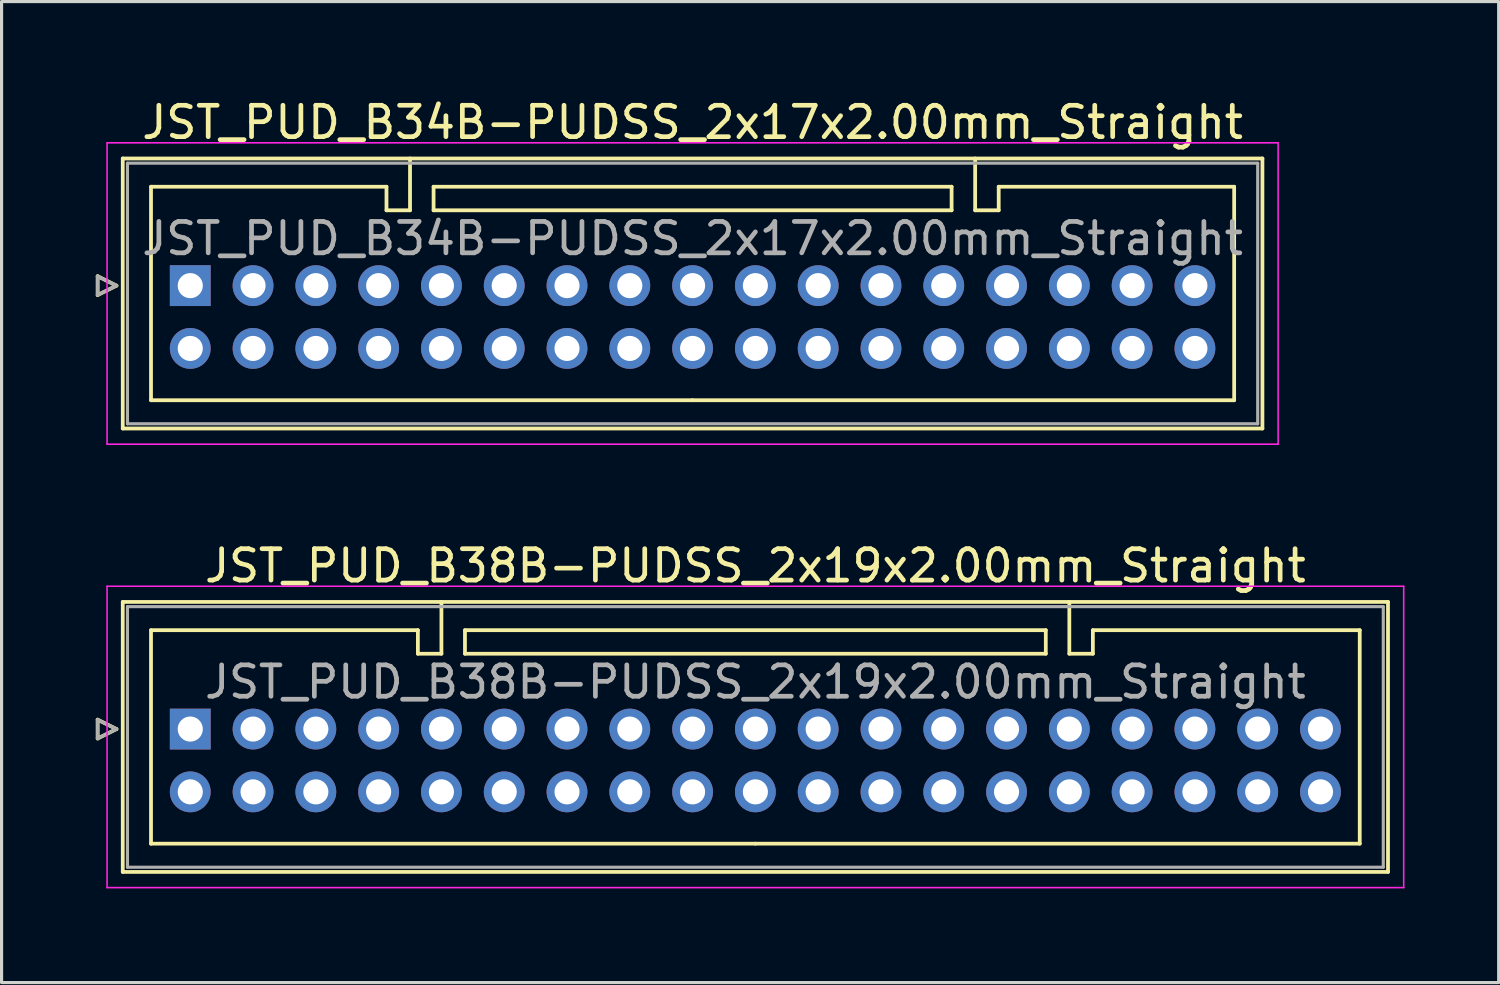
<source format=kicad_pcb>
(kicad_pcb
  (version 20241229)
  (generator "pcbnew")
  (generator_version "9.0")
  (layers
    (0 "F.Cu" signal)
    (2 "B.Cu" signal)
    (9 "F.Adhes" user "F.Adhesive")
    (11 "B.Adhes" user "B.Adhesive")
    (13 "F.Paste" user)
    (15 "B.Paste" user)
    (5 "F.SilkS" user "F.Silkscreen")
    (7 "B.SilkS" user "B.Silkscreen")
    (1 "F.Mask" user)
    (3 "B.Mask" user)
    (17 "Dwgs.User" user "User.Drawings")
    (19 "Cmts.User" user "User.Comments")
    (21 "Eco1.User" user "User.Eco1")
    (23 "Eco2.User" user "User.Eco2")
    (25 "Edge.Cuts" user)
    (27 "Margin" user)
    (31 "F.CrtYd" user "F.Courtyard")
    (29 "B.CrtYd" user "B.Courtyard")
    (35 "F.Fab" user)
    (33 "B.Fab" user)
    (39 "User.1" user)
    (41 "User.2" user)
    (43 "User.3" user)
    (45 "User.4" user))
  (footprint "JST_PUD_B34B-PUDSS_2x17x2.00mm_Straight"
    (layer "F.Cu")
    (at 3.01 6.048)
    (property "Reference" "JST_PUD_B34B-PUDSS_2x17x2.00mm_Straight" (at 16 -5.2 0) (layer "F.SilkS") (effects (font (size 1 1) (thickness 0.15))))
    (attr through_hole)
    (fp_line (start -2.95 -0.3) (end -2.35 0) (stroke (width 0.12) (type solid)) (layer "F.SilkS"))
    (fp_line (start -2.95 0.3) (end -2.95 -0.3) (stroke (width 0.12) (type solid)) (layer "F.SilkS"))
    (fp_line (start -2.35 0) (end -2.95 0.3) (stroke (width 0.12) (type solid)) (layer "F.SilkS"))
    (fp_line (start -2.15 -4.05) (end -2.15 4.55) (stroke (width 0.12) (type solid)) (layer "F.SilkS"))
    (fp_line (start -2.15 4.55) (end 34.15 4.55) (stroke (width 0.12) (type solid)) (layer "F.SilkS"))
    (fp_line (start -1.25 -3.15) (end -1.25 3.65) (stroke (width 0.12) (type solid)) (layer "F.SilkS"))
    (fp_line (start -1.25 3.65) (end 16 3.65) (stroke (width 0.12) (type solid)) (layer "F.SilkS"))
    (fp_line (start 6.25 -3.15) (end -1.25 -3.15) (stroke (width 0.12) (type solid)) (layer "F.SilkS"))
    (fp_line (start 6.25 -2.4) (end 6.25 -3.15) (stroke (width 0.12) (type solid)) (layer "F.SilkS"))
    (fp_line (start 7 -4.05) (end 7 -2.4) (stroke (width 0.12) (type solid)) (layer "F.SilkS"))
    (fp_line (start 7 -2.4) (end 6.25 -2.4) (stroke (width 0.12) (type solid)) (layer "F.SilkS"))
    (fp_line (start 7.75 -3.15) (end 7.75 -2.4) (stroke (width 0.12) (type solid)) (layer "F.SilkS"))
    (fp_line (start 7.75 -2.4) (end 24.25 -2.4) (stroke (width 0.12) (type solid)) (layer "F.SilkS"))
    (fp_line (start 24.25 -3.15) (end 7.75 -3.15) (stroke (width 0.12) (type solid)) (layer "F.SilkS"))
    (fp_line (start 24.25 -2.4) (end 24.25 -3.15) (stroke (width 0.12) (type solid)) (layer "F.SilkS"))
    (fp_line (start 25 -4.05) (end 25 -2.4) (stroke (width 0.12) (type solid)) (layer "F.SilkS"))
    (fp_line (start 25 -2.4) (end 25.75 -2.4) (stroke (width 0.12) (type solid)) (layer "F.SilkS"))
    (fp_line (start 25.75 -3.15) (end 33.25 -3.15) (stroke (width 0.12) (type solid)) (layer "F.SilkS"))
    (fp_line (start 25.75 -2.4) (end 25.75 -3.15) (stroke (width 0.12) (type solid)) (layer "F.SilkS"))
    (fp_line (start 33.25 -3.15) (end 33.25 3.65) (stroke (width 0.12) (type solid)) (layer "F.SilkS"))
    (fp_line (start 33.25 3.65) (end 16 3.65) (stroke (width 0.12) (type solid)) (layer "F.SilkS"))
    (fp_line (start 34.15 -4.05) (end -2.15 -4.05) (stroke (width 0.12) (type solid)) (layer "F.SilkS"))
    (fp_line (start 34.15 4.55) (end 34.15 -4.05) (stroke (width 0.12) (type solid)) (layer "F.SilkS"))
    (fp_line (start -2.65 -4.55) (end -2.65 5.05) (stroke (width 0.05) (type solid)) (layer "F.CrtYd"))
    (fp_line (start -2.65 5.05) (end 34.65 5.05) (stroke (width 0.05) (type solid)) (layer "F.CrtYd"))
    (fp_line (start 34.65 -4.55) (end -2.65 -4.55) (stroke (width 0.05) (type solid)) (layer "F.CrtYd"))
    (fp_line (start 34.65 5.05) (end 34.65 -4.55) (stroke (width 0.05) (type solid)) (layer "F.CrtYd"))
    (fp_line (start -2.95 -0.3) (end -2.35 0) (stroke (width 0.1) (type solid)) (layer "F.Fab"))
    (fp_line (start -2.95 0.3) (end -2.95 -0.3) (stroke (width 0.1) (type solid)) (layer "F.Fab"))
    (fp_line (start -2.35 0) (end -2.95 0.3) (stroke (width 0.1) (type solid)) (layer "F.Fab"))
    (fp_line (start -2 -3.9) (end -2 4.4) (stroke (width 0.1) (type solid)) (layer "F.Fab"))
    (fp_line (start -2 4.4) (end 34 4.4) (stroke (width 0.1) (type solid)) (layer "F.Fab"))
    (fp_line (start 34 -3.9) (end -2 -3.9) (stroke (width 0.1) (type solid)) (layer "F.Fab"))
    (fp_line (start 34 4.4) (end 34 -3.9) (stroke (width 0.1) (type solid)) (layer "F.Fab"))
    (fp_text user "${REFERENCE}" (at 16 -1.5 0) (layer "F.Fab") (effects (font (size 1 1) (thickness 0.15))))
    (pad "1" thru_hole rect (at 0 0) (size 1.3 1.3) (drill 0.8) (layers "*.Cu" "*.Mask"))
    (pad "2" thru_hole circle (at 0 2) (size 1.3 1.3) (drill 0.8) (layers "*.Cu" "*.Mask"))
    (pad "3" thru_hole circle (at 2 0) (size 1.3 1.3) (drill 0.8) (layers "*.Cu" "*.Mask"))
    (pad "4" thru_hole circle (at 2 2) (size 1.3 1.3) (drill 0.8) (layers "*.Cu" "*.Mask"))
    (pad "5" thru_hole circle (at 4 0) (size 1.3 1.3) (drill 0.8) (layers "*.Cu" "*.Mask"))
    (pad "6" thru_hole circle (at 4 2) (size 1.3 1.3) (drill 0.8) (layers "*.Cu" "*.Mask"))
    (pad "7" thru_hole circle (at 6 0) (size 1.3 1.3) (drill 0.8) (layers "*.Cu" "*.Mask"))
    (pad "8" thru_hole circle (at 6 2) (size 1.3 1.3) (drill 0.8) (layers "*.Cu" "*.Mask"))
    (pad "9" thru_hole circle (at 8 0) (size 1.3 1.3) (drill 0.8) (layers "*.Cu" "*.Mask"))
    (pad "10" thru_hole circle (at 8 2) (size 1.3 1.3) (drill 0.8) (layers "*.Cu" "*.Mask"))
    (pad "11" thru_hole circle (at 10 0) (size 1.3 1.3) (drill 0.8) (layers "*.Cu" "*.Mask"))
    (pad "12" thru_hole circle (at 10 2) (size 1.3 1.3) (drill 0.8) (layers "*.Cu" "*.Mask"))
    (pad "13" thru_hole circle (at 12 0) (size 1.3 1.3) (drill 0.8) (layers "*.Cu" "*.Mask"))
    (pad "14" thru_hole circle (at 12 2) (size 1.3 1.3) (drill 0.8) (layers "*.Cu" "*.Mask"))
    (pad "15" thru_hole circle (at 14 0) (size 1.3 1.3) (drill 0.8) (layers "*.Cu" "*.Mask"))
    (pad "16" thru_hole circle (at 14 2) (size 1.3 1.3) (drill 0.8) (layers "*.Cu" "*.Mask"))
    (pad "17" thru_hole circle (at 16 0) (size 1.3 1.3) (drill 0.8) (layers "*.Cu" "*.Mask"))
    (pad "18" thru_hole circle (at 16 2) (size 1.3 1.3) (drill 0.8) (layers "*.Cu" "*.Mask"))
    (pad "19" thru_hole circle (at 18 0) (size 1.3 1.3) (drill 0.8) (layers "*.Cu" "*.Mask"))
    (pad "20" thru_hole circle (at 18 2) (size 1.3 1.3) (drill 0.8) (layers "*.Cu" "*.Mask"))
    (pad "21" thru_hole circle (at 20 0) (size 1.3 1.3) (drill 0.8) (layers "*.Cu" "*.Mask"))
    (pad "22" thru_hole circle (at 20 2) (size 1.3 1.3) (drill 0.8) (layers "*.Cu" "*.Mask"))
    (pad "23" thru_hole circle (at 22 0) (size 1.3 1.3) (drill 0.8) (layers "*.Cu" "*.Mask"))
    (pad "24" thru_hole circle (at 22 2) (size 1.3 1.3) (drill 0.8) (layers "*.Cu" "*.Mask"))
    (pad "25" thru_hole circle (at 24 0) (size 1.3 1.3) (drill 0.8) (layers "*.Cu" "*.Mask"))
    (pad "26" thru_hole circle (at 24 2) (size 1.3 1.3) (drill 0.8) (layers "*.Cu" "*.Mask"))
    (pad "27" thru_hole circle (at 26 0) (size 1.3 1.3) (drill 0.8) (layers "*.Cu" "*.Mask"))
    (pad "28" thru_hole circle (at 26 2) (size 1.3 1.3) (drill 0.8) (layers "*.Cu" "*.Mask"))
    (pad "29" thru_hole circle (at 28 0) (size 1.3 1.3) (drill 0.8) (layers "*.Cu" "*.Mask"))
    (pad "30" thru_hole circle (at 28 2) (size 1.3 1.3) (drill 0.8) (layers "*.Cu" "*.Mask"))
    (pad "31" thru_hole circle (at 30 0) (size 1.3 1.3) (drill 0.8) (layers "*.Cu" "*.Mask"))
    (pad "32" thru_hole circle (at 30 2) (size 1.3 1.3) (drill 0.8) (layers "*.Cu" "*.Mask"))
    (pad "33" thru_hole circle (at 32 0) (size 1.3 1.3) (drill 0.8) (layers "*.Cu" "*.Mask"))
    (pad "34" thru_hole circle (at 32 2) (size 1.3 1.3) (drill 0.8) (layers "*.Cu" "*.Mask")))
  (footprint "JST_PUD_B38B-PUDSS_2x19x2.00mm_Straight"
    (layer "F.Cu")
    (at 3.01 20.172)
    (property "Reference" "JST_PUD_B38B-PUDSS_2x19x2.00mm_Straight" (at 18 -5.2 0) (layer "F.SilkS") (effects (font (size 1 1) (thickness 0.15))))
    (attr through_hole)
    (fp_line (start -2.95 -0.3) (end -2.35 0) (stroke (width 0.12) (type solid)) (layer "F.SilkS"))
    (fp_line (start -2.95 0.3) (end -2.95 -0.3) (stroke (width 0.12) (type solid)) (layer "F.SilkS"))
    (fp_line (start -2.35 0) (end -2.95 0.3) (stroke (width 0.12) (type solid)) (layer "F.SilkS"))
    (fp_line (start -2.15 -4.05) (end -2.15 4.55) (stroke (width 0.12) (type solid)) (layer "F.SilkS"))
    (fp_line (start -2.15 4.55) (end 38.15 4.55) (stroke (width 0.12) (type solid)) (layer "F.SilkS"))
    (fp_line (start -1.25 -3.15) (end -1.25 3.65) (stroke (width 0.12) (type solid)) (layer "F.SilkS"))
    (fp_line (start -1.25 3.65) (end 18 3.65) (stroke (width 0.12) (type solid)) (layer "F.SilkS"))
    (fp_line (start 7.25 -3.15) (end -1.25 -3.15) (stroke (width 0.12) (type solid)) (layer "F.SilkS"))
    (fp_line (start 7.25 -2.4) (end 7.25 -3.15) (stroke (width 0.12) (type solid)) (layer "F.SilkS"))
    (fp_line (start 8 -4.05) (end 8 -2.4) (stroke (width 0.12) (type solid)) (layer "F.SilkS"))
    (fp_line (start 8 -2.4) (end 7.25 -2.4) (stroke (width 0.12) (type solid)) (layer "F.SilkS"))
    (fp_line (start 8.75 -3.15) (end 8.75 -2.4) (stroke (width 0.12) (type solid)) (layer "F.SilkS"))
    (fp_line (start 8.75 -2.4) (end 27.25 -2.4) (stroke (width 0.12) (type solid)) (layer "F.SilkS"))
    (fp_line (start 27.25 -3.15) (end 8.75 -3.15) (stroke (width 0.12) (type solid)) (layer "F.SilkS"))
    (fp_line (start 27.25 -2.4) (end 27.25 -3.15) (stroke (width 0.12) (type solid)) (layer "F.SilkS"))
    (fp_line (start 28 -4.05) (end 28 -2.4) (stroke (width 0.12) (type solid)) (layer "F.SilkS"))
    (fp_line (start 28 -2.4) (end 28.75 -2.4) (stroke (width 0.12) (type solid)) (layer "F.SilkS"))
    (fp_line (start 28.75 -3.15) (end 37.25 -3.15) (stroke (width 0.12) (type solid)) (layer "F.SilkS"))
    (fp_line (start 28.75 -2.4) (end 28.75 -3.15) (stroke (width 0.12) (type solid)) (layer "F.SilkS"))
    (fp_line (start 37.25 -3.15) (end 37.25 3.65) (stroke (width 0.12) (type solid)) (layer "F.SilkS"))
    (fp_line (start 37.25 3.65) (end 18 3.65) (stroke (width 0.12) (type solid)) (layer "F.SilkS"))
    (fp_line (start 38.15 -4.05) (end -2.15 -4.05) (stroke (width 0.12) (type solid)) (layer "F.SilkS"))
    (fp_line (start 38.15 4.55) (end 38.15 -4.05) (stroke (width 0.12) (type solid)) (layer "F.SilkS"))
    (fp_line (start -2.65 -4.55) (end -2.65 5.05) (stroke (width 0.05) (type solid)) (layer "F.CrtYd"))
    (fp_line (start -2.65 5.05) (end 38.65 5.05) (stroke (width 0.05) (type solid)) (layer "F.CrtYd"))
    (fp_line (start 38.65 -4.55) (end -2.65 -4.55) (stroke (width 0.05) (type solid)) (layer "F.CrtYd"))
    (fp_line (start 38.65 5.05) (end 38.65 -4.55) (stroke (width 0.05) (type solid)) (layer "F.CrtYd"))
    (fp_line (start -2.95 -0.3) (end -2.35 0) (stroke (width 0.1) (type solid)) (layer "F.Fab"))
    (fp_line (start -2.95 0.3) (end -2.95 -0.3) (stroke (width 0.1) (type solid)) (layer "F.Fab"))
    (fp_line (start -2.35 0) (end -2.95 0.3) (stroke (width 0.1) (type solid)) (layer "F.Fab"))
    (fp_line (start -2 -3.9) (end -2 4.4) (stroke (width 0.1) (type solid)) (layer "F.Fab"))
    (fp_line (start -2 4.4) (end 38 4.4) (stroke (width 0.1) (type solid)) (layer "F.Fab"))
    (fp_line (start 38 -3.9) (end -2 -3.9) (stroke (width 0.1) (type solid)) (layer "F.Fab"))
    (fp_line (start 38 4.4) (end 38 -3.9) (stroke (width 0.1) (type solid)) (layer "F.Fab"))
    (fp_text user "${REFERENCE}" (at 18 -1.5 0) (layer "F.Fab") (effects (font (size 1 1) (thickness 0.15))))
    (pad "1" thru_hole rect (at 0 0) (size 1.3 1.3) (drill 0.8) (layers "*.Cu" "*.Mask"))
    (pad "2" thru_hole circle (at 0 2) (size 1.3 1.3) (drill 0.8) (layers "*.Cu" "*.Mask"))
    (pad "3" thru_hole circle (at 2 0) (size 1.3 1.3) (drill 0.8) (layers "*.Cu" "*.Mask"))
    (pad "4" thru_hole circle (at 2 2) (size 1.3 1.3) (drill 0.8) (layers "*.Cu" "*.Mask"))
    (pad "5" thru_hole circle (at 4 0) (size 1.3 1.3) (drill 0.8) (layers "*.Cu" "*.Mask"))
    (pad "6" thru_hole circle (at 4 2) (size 1.3 1.3) (drill 0.8) (layers "*.Cu" "*.Mask"))
    (pad "7" thru_hole circle (at 6 0) (size 1.3 1.3) (drill 0.8) (layers "*.Cu" "*.Mask"))
    (pad "8" thru_hole circle (at 6 2) (size 1.3 1.3) (drill 0.8) (layers "*.Cu" "*.Mask"))
    (pad "9" thru_hole circle (at 8 0) (size 1.3 1.3) (drill 0.8) (layers "*.Cu" "*.Mask"))
    (pad "10" thru_hole circle (at 8 2) (size 1.3 1.3) (drill 0.8) (layers "*.Cu" "*.Mask"))
    (pad "11" thru_hole circle (at 10 0) (size 1.3 1.3) (drill 0.8) (layers "*.Cu" "*.Mask"))
    (pad "12" thru_hole circle (at 10 2) (size 1.3 1.3) (drill 0.8) (layers "*.Cu" "*.Mask"))
    (pad "13" thru_hole circle (at 12 0) (size 1.3 1.3) (drill 0.8) (layers "*.Cu" "*.Mask"))
    (pad "14" thru_hole circle (at 12 2) (size 1.3 1.3) (drill 0.8) (layers "*.Cu" "*.Mask"))
    (pad "15" thru_hole circle (at 14 0) (size 1.3 1.3) (drill 0.8) (layers "*.Cu" "*.Mask"))
    (pad "16" thru_hole circle (at 14 2) (size 1.3 1.3) (drill 0.8) (layers "*.Cu" "*.Mask"))
    (pad "17" thru_hole circle (at 16 0) (size 1.3 1.3) (drill 0.8) (layers "*.Cu" "*.Mask"))
    (pad "18" thru_hole circle (at 16 2) (size 1.3 1.3) (drill 0.8) (layers "*.Cu" "*.Mask"))
    (pad "19" thru_hole circle (at 18 0) (size 1.3 1.3) (drill 0.8) (layers "*.Cu" "*.Mask"))
    (pad "20" thru_hole circle (at 18 2) (size 1.3 1.3) (drill 0.8) (layers "*.Cu" "*.Mask"))
    (pad "21" thru_hole circle (at 20 0) (size 1.3 1.3) (drill 0.8) (layers "*.Cu" "*.Mask"))
    (pad "22" thru_hole circle (at 20 2) (size 1.3 1.3) (drill 0.8) (layers "*.Cu" "*.Mask"))
    (pad "23" thru_hole circle (at 22 0) (size 1.3 1.3) (drill 0.8) (layers "*.Cu" "*.Mask"))
    (pad "24" thru_hole circle (at 22 2) (size 1.3 1.3) (drill 0.8) (layers "*.Cu" "*.Mask"))
    (pad "25" thru_hole circle (at 24 0) (size 1.3 1.3) (drill 0.8) (layers "*.Cu" "*.Mask"))
    (pad "26" thru_hole circle (at 24 2) (size 1.3 1.3) (drill 0.8) (layers "*.Cu" "*.Mask"))
    (pad "27" thru_hole circle (at 26 0) (size 1.3 1.3) (drill 0.8) (layers "*.Cu" "*.Mask"))
    (pad "28" thru_hole circle (at 26 2) (size 1.3 1.3) (drill 0.8) (layers "*.Cu" "*.Mask"))
    (pad "29" thru_hole circle (at 28 0) (size 1.3 1.3) (drill 0.8) (layers "*.Cu" "*.Mask"))
    (pad "30" thru_hole circle (at 28 2) (size 1.3 1.3) (drill 0.8) (layers "*.Cu" "*.Mask"))
    (pad "31" thru_hole circle (at 30 0) (size 1.3 1.3) (drill 0.8) (layers "*.Cu" "*.Mask"))
    (pad "32" thru_hole circle (at 30 2) (size 1.3 1.3) (drill 0.8) (layers "*.Cu" "*.Mask"))
    (pad "33" thru_hole circle (at 32 0) (size 1.3 1.3) (drill 0.8) (layers "*.Cu" "*.Mask"))
    (pad "34" thru_hole circle (at 32 2) (size 1.3 1.3) (drill 0.8) (layers "*.Cu" "*.Mask"))
    (pad "35" thru_hole circle (at 34 0) (size 1.3 1.3) (drill 0.8) (layers "*.Cu" "*.Mask"))
    (pad "36" thru_hole circle (at 34 2) (size 1.3 1.3) (drill 0.8) (layers "*.Cu" "*.Mask"))
    (pad "37" thru_hole circle (at 36 0) (size 1.3 1.3) (drill 0.8) (layers "*.Cu" "*.Mask"))
    (pad "38" thru_hole circle (at 36 2) (size 1.3 1.3) (drill 0.8) (layers "*.Cu" "*.Mask")))
  (gr_rect
    (start -3 -3)
    (end 44.685 28.247)
    (stroke (width 0.1) (type default))
    (fill no)
    (layer "Edge.Cuts")))
</source>
